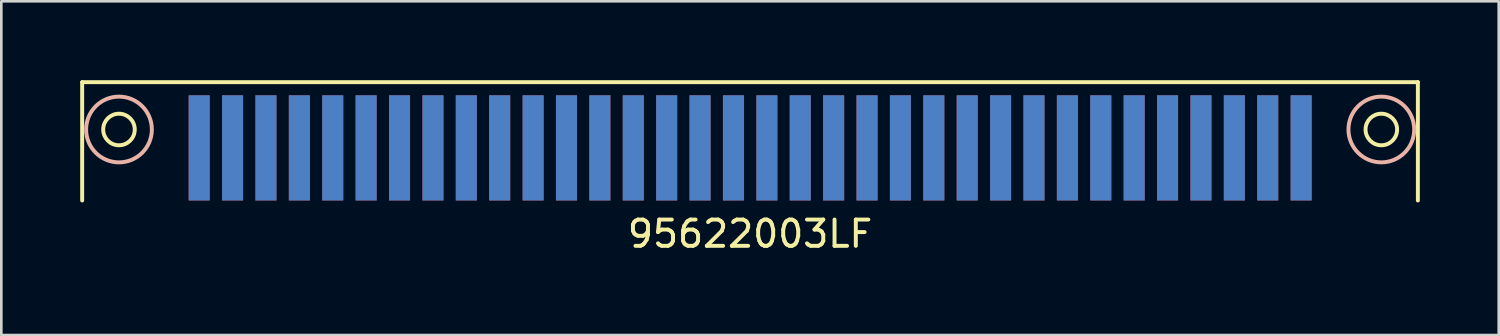
<source format=kicad_pcb>
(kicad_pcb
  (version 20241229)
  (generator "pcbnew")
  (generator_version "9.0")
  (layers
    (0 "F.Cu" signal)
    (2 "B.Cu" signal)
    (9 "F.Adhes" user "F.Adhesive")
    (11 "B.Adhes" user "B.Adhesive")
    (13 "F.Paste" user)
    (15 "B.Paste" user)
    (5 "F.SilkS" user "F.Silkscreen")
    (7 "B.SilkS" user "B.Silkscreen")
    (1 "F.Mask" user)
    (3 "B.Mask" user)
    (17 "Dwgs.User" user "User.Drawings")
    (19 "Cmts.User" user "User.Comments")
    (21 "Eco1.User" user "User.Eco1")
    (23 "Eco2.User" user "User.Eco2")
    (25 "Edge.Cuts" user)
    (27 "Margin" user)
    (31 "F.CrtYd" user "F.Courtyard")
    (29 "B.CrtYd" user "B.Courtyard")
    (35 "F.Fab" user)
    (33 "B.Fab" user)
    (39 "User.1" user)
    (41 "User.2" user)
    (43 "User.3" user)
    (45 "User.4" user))
  (footprint "95622003LF"
    (layer "F.Cu")
    (at 25.475 4.575)
    (property "Reference" "95622003LF" (at 0 1.27 0) (layer "F.SilkS") (effects (font (size 1 1) (thickness 0.15))))
    (attr smd)
    (fp_line (start -25.4 -4.5) (end 25.4 -4.5) (stroke (width 0.15) (type solid)) (layer "F.SilkS"))
    (fp_line (start -25.4 0) (end -25.4 -4.5) (stroke (width 0.15) (type solid)) (layer "F.SilkS"))
    (fp_line (start 25.4 0) (end 25.4 -4.5) (stroke (width 0.15) (type solid)) (layer "F.SilkS"))
    (fp_circle (center -24 -2.7) (end -23.4 -2.7) (stroke (width 0.15) (type solid)) (fill no) (layer "F.SilkS"))
    (fp_circle (center 24.01 -2.7) (end 24.61 -2.7) (stroke (width 0.15) (type solid)) (fill no) (layer "F.SilkS"))
    (fp_circle (center -24 -2.7) (end -22.75 -2.7) (stroke (width 0.15) (type solid)) (fill no) (layer "B.SilkS"))
    (fp_circle (center 24.01 -2.7) (end 25.26 -2.7) (stroke (width 0.15) (type solid)) (fill no) (layer "B.SilkS"))
    (pad "1" smd rect (at -20.95 -2) (size 0.8 4) (layers "F.Cu" "F.Mask" "F.Paste"))
    (pad "2" smd rect (at -19.68 -2) (size 0.8 4) (layers "F.Cu" "F.Mask" "F.Paste"))
    (pad "3" smd rect (at -18.41 -2) (size 0.8 4) (layers "F.Cu" "F.Mask" "F.Paste"))
    (pad "4" smd rect (at -17.14 -2) (size 0.8 4) (layers "F.Cu" "F.Mask" "F.Paste"))
    (pad "5" smd rect (at -15.87 -2) (size 0.8 4) (layers "F.Cu" "F.Mask" "F.Paste"))
    (pad "6" smd rect (at -14.6 -2) (size 0.8 4) (layers "F.Cu" "F.Mask" "F.Paste"))
    (pad "7" smd rect (at -13.33 -2) (size 0.8 4) (layers "F.Cu" "F.Mask" "F.Paste"))
    (pad "8" smd rect (at -12.06 -2) (size 0.8 4) (layers "F.Cu" "F.Mask" "F.Paste"))
    (pad "9" smd rect (at -10.79 -2) (size 0.8 4) (layers "F.Cu" "F.Mask" "F.Paste"))
    (pad "10" smd rect (at -9.52 -2) (size 0.8 4) (layers "F.Cu" "F.Mask" "F.Paste"))
    (pad "11" smd rect (at -8.25 -2) (size 0.8 4) (layers "F.Cu" "F.Mask" "F.Paste"))
    (pad "12" smd rect (at -6.98 -2) (size 0.8 4) (layers "F.Cu" "F.Mask" "F.Paste"))
    (pad "13" smd rect (at -5.71 -2) (size 0.8 4) (layers "F.Cu" "F.Mask" "F.Paste"))
    (pad "14" smd rect (at -4.44 -2) (size 0.8 4) (layers "F.Cu" "F.Mask" "F.Paste"))
    (pad "15" smd rect (at -3.17 -2) (size 0.8 4) (layers "F.Cu" "F.Mask" "F.Paste"))
    (pad "16" smd rect (at -1.9 -2) (size 0.8 4) (layers "F.Cu" "F.Mask" "F.Paste"))
    (pad "17" smd rect (at -0.63 -2) (size 0.8 4) (layers "F.Cu" "F.Mask" "F.Paste"))
    (pad "18" smd rect (at 0.64 -2) (size 0.8 4) (layers "F.Cu" "F.Mask" "F.Paste"))
    (pad "19" smd rect (at 1.91 -2) (size 0.8 4) (layers "F.Cu" "F.Mask" "F.Paste"))
    (pad "20" smd rect (at 3.18 -2) (size 0.8 4) (layers "F.Cu" "F.Mask" "F.Paste"))
    (pad "21" smd rect (at 4.45 -2) (size 0.8 4) (layers "F.Cu" "F.Mask" "F.Paste"))
    (pad "22" smd rect (at 5.72 -2) (size 0.8 4) (layers "F.Cu" "F.Mask" "F.Paste"))
    (pad "23" smd rect (at 6.99 -2) (size 0.8 4) (layers "F.Cu" "F.Mask" "F.Paste"))
    (pad "24" smd rect (at 8.26 -2) (size 0.8 4) (layers "F.Cu" "F.Mask" "F.Paste"))
    (pad "25" smd rect (at 9.53 -2) (size 0.8 4) (layers "F.Cu" "F.Mask" "F.Paste"))
    (pad "26" smd rect (at 10.8 -2) (size 0.8 4) (layers "F.Cu" "F.Mask" "F.Paste"))
    (pad "27" smd rect (at 12.07 -2) (size 0.8 4) (layers "F.Cu" "F.Mask" "F.Paste"))
    (pad "28" smd rect (at 13.34 -2) (size 0.8 4) (layers "F.Cu" "F.Mask" "F.Paste"))
    (pad "29" smd rect (at 14.61 -2) (size 0.8 4) (layers "F.Cu" "F.Mask" "F.Paste"))
    (pad "30" smd rect (at 15.88 -2) (size 0.8 4) (layers "F.Cu" "F.Mask" "F.Paste"))
    (pad "31" smd rect (at 17.15 -2) (size 0.8 4) (layers "F.Cu" "F.Mask" "F.Paste"))
    (pad "32" smd rect (at 18.42 -2) (size 0.8 4) (layers "F.Cu" "F.Mask" "F.Paste"))
    (pad "33" smd rect (at 19.69 -2) (size 0.8 4) (layers "F.Cu" "F.Mask" "F.Paste"))
    (pad "34" smd rect (at 20.96 -2) (size 0.8 4) (layers "F.Cu" "F.Mask" "F.Paste"))
    (pad "35" smd rect (at -20.95 -2) (size 0.8 4) (layers "B.Cu" "B.Mask" "B.Paste"))
    (pad "36" smd rect (at -19.68 -2) (size 0.8 4) (layers "B.Cu" "B.Mask" "B.Paste"))
    (pad "37" smd rect (at -18.41 -2) (size 0.8 4) (layers "B.Cu" "B.Mask" "B.Paste"))
    (pad "38" smd rect (at -17.14 -2) (size 0.8 4) (layers "B.Cu" "B.Mask" "B.Paste"))
    (pad "39" smd rect (at -15.87 -2) (size 0.8 4) (layers "B.Cu" "B.Mask" "B.Paste"))
    (pad "40" smd rect (at -14.6 -2) (size 0.8 4) (layers "B.Cu" "B.Mask" "B.Paste"))
    (pad "41" smd rect (at -13.33 -2) (size 0.8 4) (layers "B.Cu" "B.Mask" "B.Paste"))
    (pad "42" smd rect (at -12.06 -2) (size 0.8 4) (layers "B.Cu" "B.Mask" "B.Paste"))
    (pad "43" smd rect (at -10.79 -2) (size 0.8 4) (layers "B.Cu" "B.Mask" "B.Paste"))
    (pad "44" smd rect (at -9.52 -2) (size 0.8 4) (layers "B.Cu" "B.Mask" "B.Paste"))
    (pad "45" smd rect (at -8.25 -2) (size 0.8 4) (layers "B.Cu" "B.Mask" "B.Paste"))
    (pad "46" smd rect (at -6.98 -2) (size 0.8 4) (layers "B.Cu" "B.Mask" "B.Paste"))
    (pad "47" smd rect (at -5.71 -2) (size 0.8 4) (layers "B.Cu" "B.Mask" "B.Paste"))
    (pad "48" smd rect (at -4.44 -2) (size 0.8 4) (layers "B.Cu" "B.Mask" "B.Paste"))
    (pad "49" smd rect (at -3.17 -2) (size 0.8 4) (layers "B.Cu" "B.Mask" "B.Paste"))
    (pad "50" smd rect (at -1.9 -2) (size 0.8 4) (layers "B.Cu" "B.Mask" "B.Paste"))
    (pad "51" smd rect (at -0.63 -2) (size 0.8 4) (layers "B.Cu" "B.Mask" "B.Paste"))
    (pad "52" smd rect (at 0.64 -2) (size 0.8 4) (layers "B.Cu" "B.Mask" "B.Paste"))
    (pad "53" smd rect (at 1.91 -2) (size 0.8 4) (layers "B.Cu" "B.Mask" "B.Paste"))
    (pad "54" smd rect (at 3.18 -2) (size 0.8 4) (layers "B.Cu" "B.Mask" "B.Paste"))
    (pad "55" smd rect (at 4.45 -2) (size 0.8 4) (layers "B.Cu" "B.Mask" "B.Paste"))
    (pad "56" smd rect (at 5.72 -2) (size 0.8 4) (layers "B.Cu" "B.Mask" "B.Paste"))
    (pad "57" smd rect (at 6.99 -2) (size 0.8 4) (layers "B.Cu" "B.Mask" "B.Paste"))
    (pad "58" smd rect (at 8.26 -2) (size 0.8 4) (layers "B.Cu" "B.Mask" "B.Paste"))
    (pad "59" smd rect (at 9.53 -2) (size 0.8 4) (layers "B.Cu" "B.Mask" "B.Paste"))
    (pad "60" smd rect (at 10.8 -2) (size 0.8 4) (layers "B.Cu" "B.Mask" "B.Paste"))
    (pad "61" smd rect (at 12.07 -2) (size 0.8 4) (layers "B.Cu" "B.Mask" "B.Paste"))
    (pad "62" smd rect (at 13.34 -2) (size 0.8 4) (layers "B.Cu" "B.Mask" "B.Paste"))
    (pad "63" smd rect (at 14.61 -2) (size 0.8 4) (layers "B.Cu" "B.Mask" "B.Paste"))
    (pad "64" smd rect (at 15.88 -2) (size 0.8 4) (layers "B.Cu" "B.Mask" "B.Paste"))
    (pad "65" smd rect (at 17.15 -2) (size 0.8 4) (layers "B.Cu" "B.Mask" "B.Paste"))
    (pad "66" smd rect (at 18.42 -2) (size 0.8 4) (layers "B.Cu" "B.Mask" "B.Paste"))
    (pad "67" smd rect (at 19.69 -2) (size 0.8 4) (layers "B.Cu" "B.Mask" "B.Paste"))
    (pad "68" smd rect (at 20.96 -2) (size 0.8 4) (layers "B.Cu" "B.Mask" "B.Paste")))
  (gr_rect
    (start -3 -3)
    (end 53.95 9.693)
    (stroke (width 0.1) (type default))
    (fill no)
    (layer "Edge.Cuts")))
</source>
